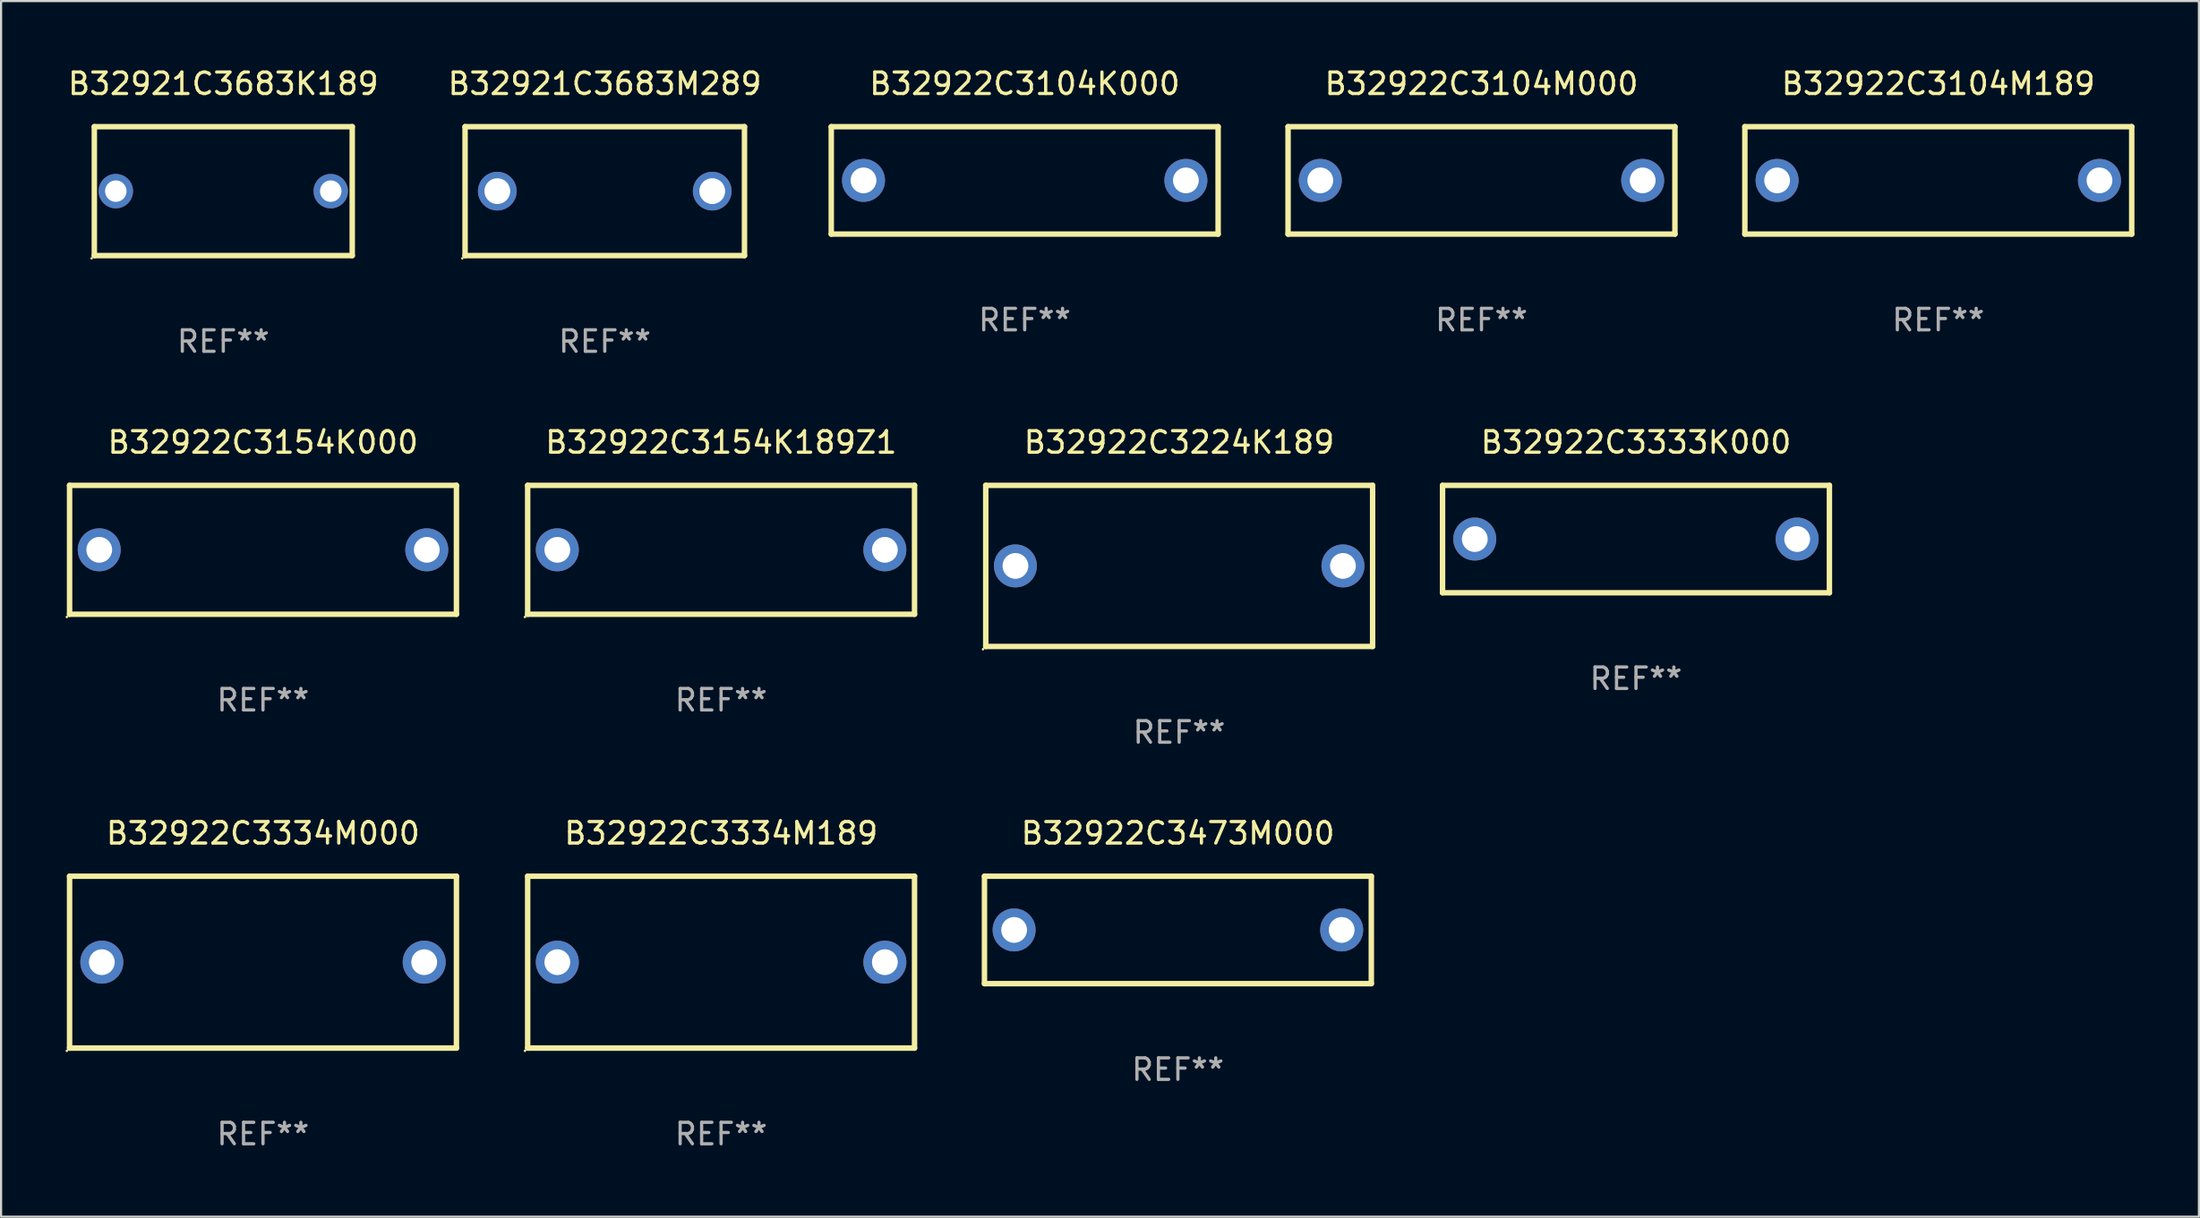
<source format=kicad_pcb>
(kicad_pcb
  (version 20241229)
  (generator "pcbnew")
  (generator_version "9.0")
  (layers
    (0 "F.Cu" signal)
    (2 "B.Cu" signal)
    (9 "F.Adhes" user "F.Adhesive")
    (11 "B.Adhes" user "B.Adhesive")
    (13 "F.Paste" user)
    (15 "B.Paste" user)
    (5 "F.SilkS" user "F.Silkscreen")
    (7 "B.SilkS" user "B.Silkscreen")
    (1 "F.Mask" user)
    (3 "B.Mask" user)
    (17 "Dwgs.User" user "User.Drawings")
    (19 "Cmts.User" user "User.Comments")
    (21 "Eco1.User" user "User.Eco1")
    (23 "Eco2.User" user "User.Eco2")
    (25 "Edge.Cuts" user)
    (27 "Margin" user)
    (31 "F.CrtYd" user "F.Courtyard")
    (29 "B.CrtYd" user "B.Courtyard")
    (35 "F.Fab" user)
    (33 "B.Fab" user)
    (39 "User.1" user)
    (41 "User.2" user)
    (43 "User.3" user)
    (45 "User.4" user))
  (footprint "B32922C3334M189"
    (layer "F.Cu")
    (at 30.501 41.741)
    (property "Reference" "B32922C3334M189" (at 0 -6 0) (layer "F.SilkS") (effects (font (size 1 1) (thickness 0.15))))
    (attr through_hole)
    (fp_line (start -9 -4) (end 9 -4) (stroke (width 0.254) (type solid)) (layer "F.SilkS"))
    (fp_line (start -9 4) (end -9 -4) (stroke (width 0.254) (type solid)) (layer "F.SilkS"))
    (fp_line (start 9 -4) (end 9 4) (stroke (width 0.254) (type solid)) (layer "F.SilkS"))
    (fp_line (start 9 4) (end -9 4) (stroke (width 0.254) (type solid)) (layer "F.SilkS"))
    (fp_circle (center -9.127 4.127) (end -9.097 4.127) (stroke (width 0.06) (type solid)) (fill no) (layer "F.SilkS"))
    (fp_text user "REF**" (at 0 8 0) (layer "F.Fab") (effects (font (size 1 1) (thickness 0.15))))
    (pad "1" thru_hole circle (at -7.62 0) (size 2 2) (drill 1.2) (layers "*.Cu" "*.Mask"))
    (pad "2" thru_hole circle (at 7.62 0) (size 2 2) (drill 1.2) (layers "*.Cu" "*.Mask")))
  (footprint "B32922C3154K000"
    (layer "F.Cu")
    (at 9.187 22.545)
    (property "Reference" "B32922C3154K000" (at 0 -5 0) (layer "F.SilkS") (effects (font (size 1 1) (thickness 0.15))))
    (attr through_hole)
    (fp_line (start -9 -3) (end 9 -3) (stroke (width 0.254) (type solid)) (layer "F.SilkS"))
    (fp_line (start -9 3) (end -9 -3) (stroke (width 0.254) (type solid)) (layer "F.SilkS"))
    (fp_line (start 9 -3) (end 9 3) (stroke (width 0.254) (type solid)) (layer "F.SilkS"))
    (fp_line (start 9 3) (end -9 3) (stroke (width 0.254) (type solid)) (layer "F.SilkS"))
    (fp_circle (center -9.127 3.127) (end -9.097 3.127) (stroke (width 0.06) (type solid)) (fill no) (layer "F.SilkS"))
    (fp_text user "REF**" (at 0 7 0) (layer "F.Fab") (effects (font (size 1 1) (thickness 0.15))))
    (pad "1" thru_hole circle (at -7.62 0) (size 2 2) (drill 1.2) (layers "*.Cu" "*.Mask"))
    (pad "2" thru_hole circle (at 7.62 0) (size 2 2) (drill 1.2) (layers "*.Cu" "*.Mask")))
  (footprint "B32922C3333K000"
    (layer "F.Cu")
    (at 73.069 22.045)
    (property "Reference" "B32922C3333K000" (at 0 -4.5 0) (layer "F.SilkS") (effects (font (size 1 1) (thickness 0.15))))
    (attr through_hole)
    (fp_line (start -9 -2.5) (end 9 -2.5) (stroke (width 0.254) (type solid)) (layer "F.SilkS"))
    (fp_line (start -9 2.5) (end -9 -2.5) (stroke (width 0.254) (type solid)) (layer "F.SilkS"))
    (fp_line (start 9 -2.5) (end 9 2.5) (stroke (width 0.254) (type solid)) (layer "F.SilkS"))
    (fp_line (start 9 2.5) (end -9 2.5) (stroke (width 0.254) (type solid)) (layer "F.SilkS"))
    (fp_circle (center -9 2.5) (end -8.97 2.5) (stroke (width 0.06) (type solid)) (fill no) (layer "F.SilkS"))
    (fp_text user "REF**" (at 0 6.5 0) (layer "F.Fab") (effects (font (size 1 1) (thickness 0.15))))
    (pad "1" thru_hole circle (at -7.5 -0.000127) (size 2 2) (drill 1.2) (layers "*.Cu" "*.Mask"))
    (pad "2" thru_hole circle (at 7.5 -0.000127) (size 2 2) (drill 1.2) (layers "*.Cu" "*.Mask")))
  (footprint "B32922C3104M000"
    (layer "F.Cu")
    (at 65.881 5.348)
    (property "Reference" "B32922C3104M000" (at 0 -4.5 0) (layer "F.SilkS") (effects (font (size 1 1) (thickness 0.15))))
    (attr through_hole)
    (fp_line (start -9 -2.5) (end 9 -2.5) (stroke (width 0.254) (type solid)) (layer "F.SilkS"))
    (fp_line (start -9 2.5) (end -9 -2.5) (stroke (width 0.254) (type solid)) (layer "F.SilkS"))
    (fp_line (start 9 -2.5) (end 9 2.5) (stroke (width 0.254) (type solid)) (layer "F.SilkS"))
    (fp_line (start 9 2.5) (end -9 2.5) (stroke (width 0.254) (type solid)) (layer "F.SilkS"))
    (fp_circle (center -9 2.5) (end -8.97 2.5) (stroke (width 0.06) (type solid)) (fill no) (layer "F.SilkS"))
    (fp_text user "REF**" (at 0 6.5 0) (layer "F.Fab") (effects (font (size 1 1) (thickness 0.15))))
    (pad "1" thru_hole circle (at -7.5 -0.000127) (size 2 2) (drill 1.2) (layers "*.Cu" "*.Mask"))
    (pad "2" thru_hole circle (at 7.5 -0.000127) (size 2 2) (drill 1.2) (layers "*.Cu" "*.Mask")))
  (footprint "B32921C3683M289"
    (layer "F.Cu")
    (at 25.089 5.848)
    (property "Reference" "B32921C3683M289" (at 0 -5 0) (layer "F.SilkS") (effects (font (size 1 1) (thickness 0.15))))
    (attr through_hole)
    (fp_line (start -6.5 -3) (end 6.5 -3) (stroke (width 0.254) (type solid)) (layer "F.SilkS"))
    (fp_line (start -6.5 3) (end -6.5 -3) (stroke (width 0.254) (type solid)) (layer "F.SilkS"))
    (fp_line (start -6.5 3) (end 6.5 3) (stroke (width 0.254) (type solid)) (layer "F.SilkS"))
    (fp_line (start 6.5 -3) (end 6.5 3) (stroke (width 0.254) (type solid)) (layer "F.SilkS"))
    (fp_circle (center -6.627 3.127) (end -6.597 3.127) (stroke (width 0.06) (type solid)) (fill no) (layer "F.SilkS"))
    (fp_text user "REF**" (at 0 7 0) (layer "F.Fab") (effects (font (size 1 1) (thickness 0.15))))
    (pad "1" thru_hole circle (at -5 0) (size 1.8 1.8) (drill 1.2) (layers "*.Cu" "*.Mask"))
    (pad "2" thru_hole circle (at 5 0) (size 1.8 1.8) (drill 1.2) (layers "*.Cu" "*.Mask")))
  (footprint "B32922C3104K000"
    (layer "F.Cu")
    (at 44.627 5.348)
    (property "Reference" "B32922C3104K000" (at 0 -4.5 0) (layer "F.SilkS") (effects (font (size 1 1) (thickness 0.15))))
    (attr through_hole)
    (fp_line (start -9 -2.5) (end 9 -2.5) (stroke (width 0.254) (type solid)) (layer "F.SilkS"))
    (fp_line (start -9 2.5) (end -9 -2.5) (stroke (width 0.254) (type solid)) (layer "F.SilkS"))
    (fp_line (start 9 -2.5) (end 9 2.5) (stroke (width 0.254) (type solid)) (layer "F.SilkS"))
    (fp_line (start 9 2.5) (end -9 2.5) (stroke (width 0.254) (type solid)) (layer "F.SilkS"))
    (fp_circle (center -9 2.5) (end -8.97 2.5) (stroke (width 0.06) (type solid)) (fill no) (layer "F.SilkS"))
    (fp_text user "REF**" (at 0 6.5 0) (layer "F.Fab") (effects (font (size 1 1) (thickness 0.15))))
    (pad "1" thru_hole circle (at -7.5 -0.000127) (size 2 2) (drill 1.2) (layers "*.Cu" "*.Mask"))
    (pad "2" thru_hole circle (at 7.5 -0.000127) (size 2 2) (drill 1.2) (layers "*.Cu" "*.Mask")))
  (footprint "B32922C3104M189"
    (layer "F.Cu")
    (at 87.135 5.348)
    (property "Reference" "B32922C3104M189" (at 0 -4.5 0) (layer "F.SilkS") (effects (font (size 1 1) (thickness 0.15))))
    (attr through_hole)
    (fp_line (start -9 -2.5) (end 9 -2.5) (stroke (width 0.254) (type solid)) (layer "F.SilkS"))
    (fp_line (start -9 2.5) (end -9 -2.5) (stroke (width 0.254) (type solid)) (layer "F.SilkS"))
    (fp_line (start 9 -2.5) (end 9 2.5) (stroke (width 0.254) (type solid)) (layer "F.SilkS"))
    (fp_line (start 9 2.5) (end -9 2.5) (stroke (width 0.254) (type solid)) (layer "F.SilkS"))
    (fp_circle (center -9 2.5) (end -8.97 2.5) (stroke (width 0.06) (type solid)) (fill no) (layer "F.SilkS"))
    (fp_text user "REF**" (at 0 6.5 0) (layer "F.Fab") (effects (font (size 1 1) (thickness 0.15))))
    (pad "1" thru_hole circle (at -7.5 -0.000127) (size 2 2) (drill 1.2) (layers "*.Cu" "*.Mask"))
    (pad "2" thru_hole circle (at 7.5 -0.000127) (size 2 2) (drill 1.2) (layers "*.Cu" "*.Mask")))
  (footprint "B32922C3154K189Z1"
    (layer "F.Cu")
    (at 30.501 22.545)
    (property "Reference" "B32922C3154K189Z1" (at 0 -5 0) (layer "F.SilkS") (effects (font (size 1 1) (thickness 0.15))))
    (attr through_hole)
    (fp_line (start -9 -3) (end 9 -3) (stroke (width 0.254) (type solid)) (layer "F.SilkS"))
    (fp_line (start -9 3) (end -9 -3) (stroke (width 0.254) (type solid)) (layer "F.SilkS"))
    (fp_line (start 9 -3) (end 9 3) (stroke (width 0.254) (type solid)) (layer "F.SilkS"))
    (fp_line (start 9 3) (end -9 3) (stroke (width 0.254) (type solid)) (layer "F.SilkS"))
    (fp_circle (center -9.127 3.127) (end -9.097 3.127) (stroke (width 0.06) (type solid)) (fill no) (layer "F.SilkS"))
    (fp_text user "REF**" (at 0 7 0) (layer "F.Fab") (effects (font (size 1 1) (thickness 0.15))))
    (pad "1" thru_hole circle (at -7.62 0) (size 2 2) (drill 1.2) (layers "*.Cu" "*.Mask"))
    (pad "2" thru_hole circle (at 7.62 0) (size 2 2) (drill 1.2) (layers "*.Cu" "*.Mask")))
  (footprint "B32921C3683K189"
    (layer "F.Cu")
    (at 7.339 5.848)
    (property "Reference" "B32921C3683K189" (at 0 -5 0) (layer "F.SilkS") (effects (font (size 1 1) (thickness 0.15))))
    (attr through_hole)
    (fp_line (start -6 -3) (end 6 -3) (stroke (width 0.254) (type solid)) (layer "F.SilkS"))
    (fp_line (start -6 3) (end -6 -3) (stroke (width 0.254) (type solid)) (layer "F.SilkS"))
    (fp_line (start 6 -3) (end 6 3) (stroke (width 0.254) (type solid)) (layer "F.SilkS"))
    (fp_line (start 6 3) (end -6 3) (stroke (width 0.254) (type solid)) (layer "F.SilkS"))
    (fp_circle (center -6.127 3.127) (end -6.097 3.127) (stroke (width 0.06) (type solid)) (fill no) (layer "F.SilkS"))
    (fp_text user "REF**" (at 0 7 0) (layer "F.Fab") (effects (font (size 1 1) (thickness 0.15))))
    (pad "1" thru_hole circle (at -5 0) (size 1.6 1.6) (drill 1) (layers "*.Cu" "*.Mask"))
    (pad "2" thru_hole circle (at 5 0) (size 1.6 1.6) (drill 1) (layers "*.Cu" "*.Mask")))
  (footprint "B32922C3334M000"
    (layer "F.Cu")
    (at 9.187 41.741)
    (property "Reference" "B32922C3334M000" (at 0 -6 0) (layer "F.SilkS") (effects (font (size 1 1) (thickness 0.15))))
    (attr through_hole)
    (fp_line (start -9 -4) (end 9 -4) (stroke (width 0.254) (type solid)) (layer "F.SilkS"))
    (fp_line (start -9 4) (end -9 -4) (stroke (width 0.254) (type solid)) (layer "F.SilkS"))
    (fp_line (start 9 -4) (end 9 4) (stroke (width 0.254) (type solid)) (layer "F.SilkS"))
    (fp_line (start 9 4) (end -9 4) (stroke (width 0.254) (type solid)) (layer "F.SilkS"))
    (fp_circle (center -9.127 4.127) (end -9.097 4.127) (stroke (width 0.06) (type solid)) (fill no) (layer "F.SilkS"))
    (fp_text user "REF**" (at 0 8 0) (layer "F.Fab") (effects (font (size 1 1) (thickness 0.15))))
    (pad "1" thru_hole circle (at -7.5 0) (size 2 2) (drill 1.2) (layers "*.Cu" "*.Mask"))
    (pad "2" thru_hole circle (at 7.5 0) (size 2 2) (drill 1.2) (layers "*.Cu" "*.Mask")))
  (footprint "B32922C3224K189"
    (layer "F.Cu")
    (at 51.815 23.295)
    (property "Reference" "B32922C3224K189" (at 0 -5.75 0) (layer "F.SilkS") (effects (font (size 1 1) (thickness 0.15))))
    (attr through_hole)
    (fp_line (start -9 -3.75) (end 9 -3.75) (stroke (width 0.254) (type solid)) (layer "F.SilkS"))
    (fp_line (start -9 3.75) (end -9 -3.75) (stroke (width 0.254) (type solid)) (layer "F.SilkS"))
    (fp_line (start 9 -3.75) (end 9 3.75) (stroke (width 0.254) (type solid)) (layer "F.SilkS"))
    (fp_line (start 9 3.75) (end -9 3.75) (stroke (width 0.254) (type solid)) (layer "F.SilkS"))
    (fp_circle (center -9.127 3.877) (end -9.097 3.877) (stroke (width 0.06) (type solid)) (fill no) (layer "F.SilkS"))
    (fp_text user "REF**" (at 0 7.75 0) (layer "F.Fab") (effects (font (size 1 1) (thickness 0.15))))
    (pad "1" thru_hole circle (at -7.62 0) (size 2 2) (drill 1.2) (layers "*.Cu" "*.Mask"))
    (pad "2" thru_hole circle (at 7.62 0) (size 2 2) (drill 1.2) (layers "*.Cu" "*.Mask")))
  (footprint "B32922C3473M000"
    (layer "F.Cu")
    (at 51.755 40.241)
    (property "Reference" "B32922C3473M000" (at 0 -4.5 0) (layer "F.SilkS") (effects (font (size 1 1) (thickness 0.15))))
    (attr through_hole)
    (fp_line (start -9 -2.5) (end 9 -2.5) (stroke (width 0.254) (type solid)) (layer "F.SilkS"))
    (fp_line (start -9 2.5) (end -9 -2.5) (stroke (width 0.254) (type solid)) (layer "F.SilkS"))
    (fp_line (start 9 -2.5) (end 9 2.5) (stroke (width 0.254) (type solid)) (layer "F.SilkS"))
    (fp_line (start 9 2.5) (end -9 2.5) (stroke (width 0.254) (type solid)) (layer "F.SilkS"))
    (fp_circle (center -9 2.5) (end -8.97 2.5) (stroke (width 0.06) (type solid)) (fill no) (layer "F.SilkS"))
    (fp_text user "REF**" (at 0 6.5 0) (layer "F.Fab") (effects (font (size 1 1) (thickness 0.15))))
    (pad "1" thru_hole circle (at -7.62 -0.000127) (size 2 2) (drill 1.2) (layers "*.Cu" "*.Mask"))
    (pad "2" thru_hole circle (at 7.62 -0.000127) (size 2 2) (drill 1.2) (layers "*.Cu" "*.Mask")))
  (gr_rect
    (start -3 -3)
    (end 99.262 53.59)
    (stroke (width 0.1) (type default))
    (fill no)
    (layer "Edge.Cuts")))
</source>
